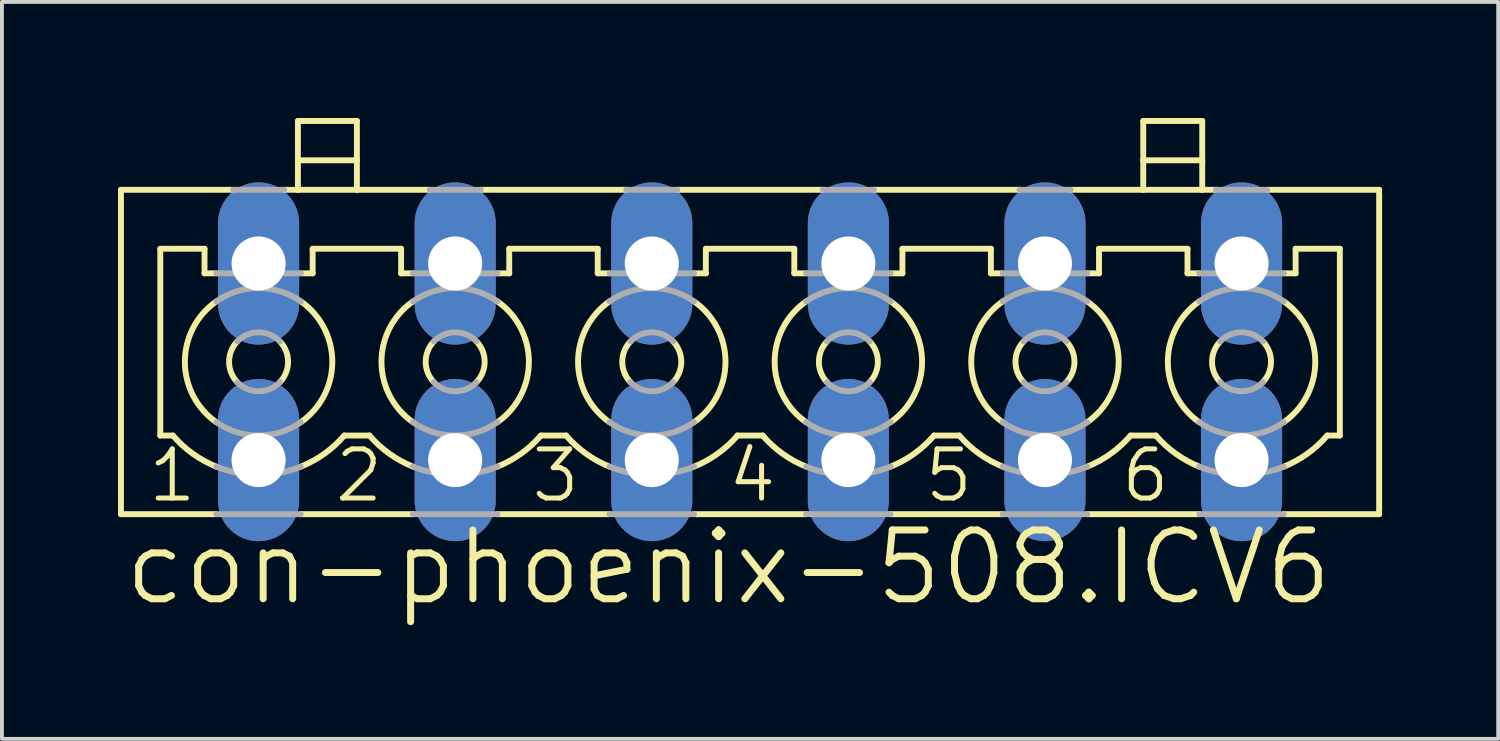
<source format=kicad_pcb>
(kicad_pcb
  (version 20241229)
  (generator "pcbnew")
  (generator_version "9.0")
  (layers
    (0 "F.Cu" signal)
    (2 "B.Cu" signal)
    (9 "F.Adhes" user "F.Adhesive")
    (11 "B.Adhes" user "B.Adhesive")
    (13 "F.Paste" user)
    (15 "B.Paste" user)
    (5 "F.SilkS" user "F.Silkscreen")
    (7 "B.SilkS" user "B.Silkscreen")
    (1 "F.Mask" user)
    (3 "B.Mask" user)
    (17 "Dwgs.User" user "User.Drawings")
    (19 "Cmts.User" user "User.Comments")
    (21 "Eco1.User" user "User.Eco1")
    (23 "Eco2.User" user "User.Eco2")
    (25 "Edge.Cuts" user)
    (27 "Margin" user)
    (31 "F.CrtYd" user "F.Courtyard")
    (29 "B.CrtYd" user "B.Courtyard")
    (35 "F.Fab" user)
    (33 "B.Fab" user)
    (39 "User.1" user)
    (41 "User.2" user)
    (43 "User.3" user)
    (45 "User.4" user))
  (footprint "con-phoenix-508.ICV6"
    (layer "F.Cu")
    (at 16.332 6.299)
    (property "Reference" "con-phoenix-508.ICV6" (at -16.256 6.35 0) (layer "F.SilkS") (effects (font (size 1.778 1.778) (thickness 0.18)) (justify left bottom)))
    (attr through_hole)
    (fp_line (start -16.256 -4.445) (end -16.256 3.937) (stroke (width 0.152) (type default)) (layer "F.SilkS"))
    (fp_line (start -16.256 -4.445) (end -13.36 -4.445) (stroke (width 0.152) (type default)) (layer "F.SilkS"))
    (fp_line (start -16.256 3.937) (end -13.792 3.937) (stroke (width 0.152) (type default)) (layer "F.SilkS"))
    (fp_line (start -15.24 -2.921) (end -15.24 1.905) (stroke (width 0.152) (type default)) (layer "F.SilkS"))
    (fp_line (start -15.24 -2.921) (end -14.097 -2.921) (stroke (width 0.152) (type default)) (layer "F.SilkS"))
    (fp_line (start -15.24 1.905) (end -14.914 1.905) (stroke (width 0.152) (type default)) (layer "F.SilkS"))
    (fp_line (start -14.097 -2.286) (end -14.097 -2.921) (stroke (width 0.152) (type default)) (layer "F.SilkS"))
    (fp_line (start -14.097 -2.286) (end -13.792 -2.286) (stroke (width 0.152) (type default)) (layer "F.SilkS"))
    (fp_line (start -12.04 -4.445) (end -11.684 -4.445) (stroke (width 0.152) (type default)) (layer "F.SilkS"))
    (fp_line (start -11.684 -5.207) (end -11.684 -6.223) (stroke (width 0.152) (type default)) (layer "F.SilkS"))
    (fp_line (start -11.684 -5.207) (end -10.16 -5.207) (stroke (width 0.152) (type default)) (layer "F.SilkS"))
    (fp_line (start -11.684 -4.445) (end -11.684 -5.207) (stroke (width 0.152) (type default)) (layer "F.SilkS"))
    (fp_line (start -11.684 -4.445) (end -10.16 -4.445) (stroke (width 0.152) (type default)) (layer "F.SilkS"))
    (fp_line (start -11.608 -2.286) (end -11.303 -2.286) (stroke (width 0.152) (type default)) (layer "F.SilkS"))
    (fp_line (start -11.608 3.937) (end -8.712 3.937) (stroke (width 0.152) (type default)) (layer "F.SilkS"))
    (fp_line (start -11.303 -2.921) (end -9.017 -2.921) (stroke (width 0.152) (type default)) (layer "F.SilkS"))
    (fp_line (start -11.303 -2.286) (end -11.303 -2.921) (stroke (width 0.152) (type default)) (layer "F.SilkS"))
    (fp_line (start -10.486 1.905) (end -9.834 1.905) (stroke (width 0.152) (type default)) (layer "F.SilkS"))
    (fp_line (start -10.16 -6.223) (end -11.684 -6.223) (stroke (width 0.152) (type default)) (layer "F.SilkS"))
    (fp_line (start -10.16 -5.207) (end -10.16 -6.223) (stroke (width 0.152) (type default)) (layer "F.SilkS"))
    (fp_line (start -10.16 -4.445) (end -10.16 -5.207) (stroke (width 0.152) (type default)) (layer "F.SilkS"))
    (fp_line (start -10.16 -4.445) (end -8.28 -4.445) (stroke (width 0.152) (type default)) (layer "F.SilkS"))
    (fp_line (start -9.017 -2.286) (end -9.017 -2.921) (stroke (width 0.152) (type default)) (layer "F.SilkS"))
    (fp_line (start -9.017 -2.286) (end -8.712 -2.286) (stroke (width 0.152) (type default)) (layer "F.SilkS"))
    (fp_line (start -6.96 -4.445) (end -3.175 -4.445) (stroke (width 0.152) (type default)) (layer "F.SilkS"))
    (fp_line (start -6.528 -2.286) (end -6.223 -2.286) (stroke (width 0.152) (type default)) (layer "F.SilkS"))
    (fp_line (start -6.528 3.937) (end -3.632 3.937) (stroke (width 0.152) (type default)) (layer "F.SilkS"))
    (fp_line (start -6.223 -2.921) (end -3.937 -2.921) (stroke (width 0.152) (type default)) (layer "F.SilkS"))
    (fp_line (start -6.223 -2.286) (end -6.223 -2.921) (stroke (width 0.152) (type default)) (layer "F.SilkS"))
    (fp_line (start -5.406 1.905) (end -4.754 1.905) (stroke (width 0.152) (type default)) (layer "F.SilkS"))
    (fp_line (start -3.937 -2.286) (end -3.937 -2.921) (stroke (width 0.152) (type default)) (layer "F.SilkS"))
    (fp_line (start -3.937 -2.286) (end -3.632 -2.286) (stroke (width 0.152) (type default)) (layer "F.SilkS"))
    (fp_line (start -1.88 -4.445) (end 1.905 -4.445) (stroke (width 0.152) (type default)) (layer "F.SilkS"))
    (fp_line (start -1.448 -2.286) (end -1.143 -2.286) (stroke (width 0.152) (type default)) (layer "F.SilkS"))
    (fp_line (start -1.448 3.937) (end 1.448 3.937) (stroke (width 0.152) (type default)) (layer "F.SilkS"))
    (fp_line (start -1.143 -2.921) (end 1.143 -2.921) (stroke (width 0.152) (type default)) (layer "F.SilkS"))
    (fp_line (start -1.143 -2.286) (end -1.143 -2.921) (stroke (width 0.152) (type default)) (layer "F.SilkS"))
    (fp_line (start -0.326 1.905) (end 0.326 1.905) (stroke (width 0.152) (type default)) (layer "F.SilkS"))
    (fp_line (start 1.143 -2.286) (end 1.143 -2.921) (stroke (width 0.152) (type default)) (layer "F.SilkS"))
    (fp_line (start 1.143 -2.286) (end 1.448 -2.286) (stroke (width 0.152) (type default)) (layer "F.SilkS"))
    (fp_line (start 3.2 -4.445) (end 6.985 -4.445) (stroke (width 0.152) (type default)) (layer "F.SilkS"))
    (fp_line (start 3.632 -2.286) (end 3.937 -2.286) (stroke (width 0.152) (type default)) (layer "F.SilkS"))
    (fp_line (start 3.632 3.937) (end 6.528 3.937) (stroke (width 0.152) (type default)) (layer "F.SilkS"))
    (fp_line (start 3.937 -2.921) (end 6.223 -2.921) (stroke (width 0.152) (type default)) (layer "F.SilkS"))
    (fp_line (start 3.937 -2.286) (end 3.937 -2.921) (stroke (width 0.152) (type default)) (layer "F.SilkS"))
    (fp_line (start 4.754 1.905) (end 5.406 1.905) (stroke (width 0.152) (type default)) (layer "F.SilkS"))
    (fp_line (start 6.223 -2.286) (end 6.223 -2.921) (stroke (width 0.152) (type default)) (layer "F.SilkS"))
    (fp_line (start 6.223 -2.286) (end 6.528 -2.286) (stroke (width 0.152) (type default)) (layer "F.SilkS"))
    (fp_line (start 8.28 -4.445) (end 10.16 -4.445) (stroke (width 0.152) (type default)) (layer "F.SilkS"))
    (fp_line (start 8.712 -2.286) (end 9.017 -2.286) (stroke (width 0.152) (type default)) (layer "F.SilkS"))
    (fp_line (start 8.712 3.937) (end 11.608 3.937) (stroke (width 0.152) (type default)) (layer "F.SilkS"))
    (fp_line (start 9.017 -2.921) (end 11.303 -2.921) (stroke (width 0.152) (type default)) (layer "F.SilkS"))
    (fp_line (start 9.017 -2.286) (end 9.017 -2.921) (stroke (width 0.152) (type default)) (layer "F.SilkS"))
    (fp_line (start 9.834 1.905) (end 10.486 1.905) (stroke (width 0.152) (type default)) (layer "F.SilkS"))
    (fp_line (start 10.16 -5.207) (end 10.16 -6.223) (stroke (width 0.152) (type default)) (layer "F.SilkS"))
    (fp_line (start 10.16 -5.207) (end 11.684 -5.207) (stroke (width 0.152) (type default)) (layer "F.SilkS"))
    (fp_line (start 10.16 -4.445) (end 10.16 -5.207) (stroke (width 0.152) (type default)) (layer "F.SilkS"))
    (fp_line (start 10.16 -4.445) (end 11.684 -4.445) (stroke (width 0.152) (type default)) (layer "F.SilkS"))
    (fp_line (start 11.303 -2.286) (end 11.303 -2.921) (stroke (width 0.152) (type default)) (layer "F.SilkS"))
    (fp_line (start 11.303 -2.286) (end 11.608 -2.286) (stroke (width 0.152) (type default)) (layer "F.SilkS"))
    (fp_line (start 11.684 -6.223) (end 10.16 -6.223) (stroke (width 0.152) (type default)) (layer "F.SilkS"))
    (fp_line (start 11.684 -5.207) (end 11.684 -6.223) (stroke (width 0.152) (type default)) (layer "F.SilkS"))
    (fp_line (start 11.684 -4.445) (end 11.684 -5.207) (stroke (width 0.152) (type default)) (layer "F.SilkS"))
    (fp_line (start 11.684 -4.445) (end 12.04 -4.445) (stroke (width 0.152) (type default)) (layer "F.SilkS"))
    (fp_line (start 13.36 -4.445) (end 16.256 -4.445) (stroke (width 0.152) (type default)) (layer "F.SilkS"))
    (fp_line (start 13.792 -2.286) (end 14.097 -2.286) (stroke (width 0.152) (type default)) (layer "F.SilkS"))
    (fp_line (start 13.792 3.937) (end 16.256 3.937) (stroke (width 0.152) (type default)) (layer "F.SilkS"))
    (fp_line (start 14.097 -2.921) (end 15.24 -2.921) (stroke (width 0.152) (type default)) (layer "F.SilkS"))
    (fp_line (start 14.097 -2.286) (end 14.097 -2.921) (stroke (width 0.152) (type default)) (layer "F.SilkS"))
    (fp_line (start 14.914 1.905) (end 15.24 1.905) (stroke (width 0.152) (type default)) (layer "F.SilkS"))
    (fp_line (start 15.24 1.905) (end 15.24 -2.921) (stroke (width 0.152) (type default)) (layer "F.SilkS"))
    (fp_line (start 16.256 -4.445) (end 16.256 3.937) (stroke (width 0.152) (type default)) (layer "F.SilkS"))
    (fp_arc (start -13.7922 1.5608) (mid -14.604993 0) (end -13.7922 -1.5608) (stroke (width 0.1524) (type default)) (layer "F.SilkS"))
    (fp_arc (start -13.7918 2.7092) (mid -14.401094 2.374351) (end -14.914 1.905) (stroke (width 0.1524) (type default)) (layer "F.SilkS"))
    (fp_arc (start -13.2514 0.526) (mid -13.462049 0) (end -13.2514 -0.526) (stroke (width 0.1524) (type default)) (layer "F.SilkS"))
    (fp_arc (start -12.1486 -0.526) (mid -11.937951 0) (end -12.1486 0.526) (stroke (width 0.1524) (type default)) (layer "F.SilkS"))
    (fp_arc (start -11.6078 -1.5608) (mid -10.795007 0) (end -11.6078 1.5608) (stroke (width 0.1524) (type default)) (layer "F.SilkS"))
    (fp_arc (start -10.4855 1.9051) (mid -10.998459 2.374412) (end -11.6078 2.7092) (stroke (width 0.1524) (type default)) (layer "F.SilkS"))
    (fp_arc (start -8.7122 1.5608) (mid -9.524993 0) (end -8.7122 -1.5608) (stroke (width 0.1524) (type default)) (layer "F.SilkS"))
    (fp_arc (start -8.7118 2.7092) (mid -9.321094 2.374351) (end -9.834 1.905) (stroke (width 0.1524) (type default)) (layer "F.SilkS"))
    (fp_arc (start -8.1714 0.526) (mid -8.382049 0) (end -8.1714 -0.526) (stroke (width 0.1524) (type default)) (layer "F.SilkS"))
    (fp_arc (start -7.0686 -0.526) (mid -6.857951 0) (end -7.0686 0.526) (stroke (width 0.1524) (type default)) (layer "F.SilkS"))
    (fp_arc (start -6.5278 -1.5608) (mid -5.715007 0) (end -6.5278 1.5608) (stroke (width 0.1524) (type default)) (layer "F.SilkS"))
    (fp_arc (start -5.4055 1.9051) (mid -5.918459 2.374412) (end -6.5278 2.7092) (stroke (width 0.1524) (type default)) (layer "F.SilkS"))
    (fp_arc (start -3.6322 1.5608) (mid -4.444993 0) (end -3.6322 -1.5608) (stroke (width 0.1524) (type default)) (layer "F.SilkS"))
    (fp_arc (start -3.6318 2.7092) (mid -4.241094 2.374351) (end -4.754 1.905) (stroke (width 0.1524) (type default)) (layer "F.SilkS"))
    (fp_arc (start -3.0914 0.526) (mid -3.302049 0) (end -3.0914 -0.526) (stroke (width 0.1524) (type default)) (layer "F.SilkS"))
    (fp_arc (start -1.9886 -0.526) (mid -1.777951 0) (end -1.9886 0.526) (stroke (width 0.1524) (type default)) (layer "F.SilkS"))
    (fp_arc (start -1.4478 -1.5608) (mid -0.635007 0) (end -1.4478 1.5608) (stroke (width 0.1524) (type default)) (layer "F.SilkS"))
    (fp_arc (start -0.3255 1.9051) (mid -0.838459 2.374412) (end -1.4478 2.7092) (stroke (width 0.1524) (type default)) (layer "F.SilkS"))
    (fp_arc (start 1.4478 1.5608) (mid 0.635007 0) (end 1.4478 -1.5608) (stroke (width 0.1524) (type default)) (layer "F.SilkS"))
    (fp_arc (start 1.4482 2.709) (mid 0.838916 2.374254) (end 0.326 1.905) (stroke (width 0.1524) (type default)) (layer "F.SilkS"))
    (fp_arc (start 1.9886 0.526) (mid 1.777951 0) (end 1.9886 -0.526) (stroke (width 0.1524) (type default)) (layer "F.SilkS"))
    (fp_arc (start 3.0914 -0.526) (mid 3.302049 0) (end 3.0914 0.526) (stroke (width 0.1524) (type default)) (layer "F.SilkS"))
    (fp_arc (start 3.6322 -1.5608) (mid 4.444993 0) (end 3.6322 1.5608) (stroke (width 0.1524) (type default)) (layer "F.SilkS"))
    (fp_arc (start 4.754 1.905) (mid 4.241094 2.374351) (end 3.6318 2.7092) (stroke (width 0.1524) (type default)) (layer "F.SilkS"))
    (fp_arc (start 6.5278 1.5608) (mid 5.715007 0) (end 6.5278 -1.5608) (stroke (width 0.1524) (type default)) (layer "F.SilkS"))
    (fp_arc (start 6.5282 2.709) (mid 5.918916 2.374254) (end 5.406 1.905) (stroke (width 0.1524) (type default)) (layer "F.SilkS"))
    (fp_arc (start 7.0686 0.526) (mid 6.857951 0) (end 7.0686 -0.526) (stroke (width 0.1524) (type default)) (layer "F.SilkS"))
    (fp_arc (start 8.1714 -0.526) (mid 8.382049 0) (end 8.1714 0.526) (stroke (width 0.1524) (type default)) (layer "F.SilkS"))
    (fp_arc (start 8.7122 -1.5608) (mid 9.524993 0) (end 8.7122 1.5608) (stroke (width 0.1524) (type default)) (layer "F.SilkS"))
    (fp_arc (start 9.834 1.905) (mid 9.321094 2.374351) (end 8.7118 2.7092) (stroke (width 0.1524) (type default)) (layer "F.SilkS"))
    (fp_arc (start 11.6078 1.5608) (mid 10.795007 0) (end 11.6078 -1.5608) (stroke (width 0.1524) (type default)) (layer "F.SilkS"))
    (fp_arc (start 11.6082 2.709) (mid 10.998916 2.374254) (end 10.486 1.905) (stroke (width 0.1524) (type default)) (layer "F.SilkS"))
    (fp_arc (start 12.1486 0.526) (mid 11.937951 0) (end 12.1486 -0.526) (stroke (width 0.1524) (type default)) (layer "F.SilkS"))
    (fp_arc (start 13.2514 -0.526) (mid 13.462049 0) (end 13.2514 0.526) (stroke (width 0.1524) (type default)) (layer "F.SilkS"))
    (fp_arc (start 13.7922 -1.5608) (mid 14.604993 0) (end 13.7922 1.5608) (stroke (width 0.1524) (type default)) (layer "F.SilkS"))
    (fp_arc (start 14.914 1.905) (mid 14.401094 2.374351) (end 13.7918 2.7092) (stroke (width 0.1524) (type default)) (layer "F.SilkS"))
    (fp_line (start -13.792 -2.286) (end -11.608 -2.286) (stroke (width 0.152) (type default)) (layer "F.Fab"))
    (fp_line (start -13.792 3.937) (end -11.608 3.937) (stroke (width 0.152) (type default)) (layer "F.Fab"))
    (fp_line (start -13.36 -4.445) (end -12.04 -4.445) (stroke (width 0.152) (type default)) (layer "F.Fab"))
    (fp_line (start -8.712 -2.286) (end -6.528 -2.286) (stroke (width 0.152) (type default)) (layer "F.Fab"))
    (fp_line (start -8.712 3.937) (end -6.528 3.937) (stroke (width 0.152) (type default)) (layer "F.Fab"))
    (fp_line (start -8.28 -4.445) (end -6.96 -4.445) (stroke (width 0.152) (type default)) (layer "F.Fab"))
    (fp_line (start -3.632 -2.286) (end -1.448 -2.286) (stroke (width 0.152) (type default)) (layer "F.Fab"))
    (fp_line (start -3.632 3.937) (end -1.448 3.937) (stroke (width 0.152) (type default)) (layer "F.Fab"))
    (fp_line (start -3.2 -4.445) (end -1.88 -4.445) (stroke (width 0.152) (type default)) (layer "F.Fab"))
    (fp_line (start 1.448 -2.286) (end 3.632 -2.286) (stroke (width 0.152) (type default)) (layer "F.Fab"))
    (fp_line (start 1.448 3.937) (end 3.632 3.937) (stroke (width 0.152) (type default)) (layer "F.Fab"))
    (fp_line (start 1.88 -4.445) (end 3.2 -4.445) (stroke (width 0.152) (type default)) (layer "F.Fab"))
    (fp_line (start 6.528 -2.286) (end 8.712 -2.286) (stroke (width 0.152) (type default)) (layer "F.Fab"))
    (fp_line (start 6.528 3.937) (end 8.712 3.937) (stroke (width 0.152) (type default)) (layer "F.Fab"))
    (fp_line (start 6.96 -4.445) (end 8.28 -4.445) (stroke (width 0.152) (type default)) (layer "F.Fab"))
    (fp_line (start 11.608 -2.286) (end 13.792 -2.286) (stroke (width 0.152) (type default)) (layer "F.Fab"))
    (fp_line (start 11.608 3.937) (end 13.792 3.937) (stroke (width 0.152) (type default)) (layer "F.Fab"))
    (fp_line (start 12.04 -4.445) (end 13.36 -4.445) (stroke (width 0.152) (type default)) (layer "F.Fab"))
    (fp_arc (start -13.7922 -1.5608) (mid -12.7 -1.904993) (end -11.6078 -1.5608) (stroke (width 0.1524) (type default)) (layer "F.Fab"))
    (fp_arc (start -13.2514 -0.526) (mid -12.7 -0.762049) (end -12.1486 -0.526) (stroke (width 0.1524) (type default)) (layer "F.Fab"))
    (fp_arc (start -12.1486 0.526) (mid -12.7 0.762049) (end -13.2514 0.526) (stroke (width 0.1524) (type default)) (layer "F.Fab"))
    (fp_arc (start -11.6078 1.5608) (mid -12.7 1.904993) (end -13.7922 1.5608) (stroke (width 0.1524) (type default)) (layer "F.Fab"))
    (fp_arc (start -11.6078 2.7092) (mid -12.7 2.921073) (end -13.7922 2.7092) (stroke (width 0.1524) (type default)) (layer "F.Fab"))
    (fp_arc (start -8.7122 -1.5608) (mid -7.62 -1.904993) (end -6.5278 -1.5608) (stroke (width 0.1524) (type default)) (layer "F.Fab"))
    (fp_arc (start -8.1714 -0.526) (mid -7.62 -0.762049) (end -7.0686 -0.526) (stroke (width 0.1524) (type default)) (layer "F.Fab"))
    (fp_arc (start -7.0686 0.526) (mid -7.62 0.762049) (end -8.1714 0.526) (stroke (width 0.1524) (type default)) (layer "F.Fab"))
    (fp_arc (start -6.5278 1.5608) (mid -7.62 1.904993) (end -8.7122 1.5608) (stroke (width 0.1524) (type default)) (layer "F.Fab"))
    (fp_arc (start -6.5278 2.7092) (mid -7.62 2.921073) (end -8.7122 2.7092) (stroke (width 0.1524) (type default)) (layer "F.Fab"))
    (fp_arc (start -3.6322 -1.5608) (mid -2.54 -1.904993) (end -1.4478 -1.5608) (stroke (width 0.1524) (type default)) (layer "F.Fab"))
    (fp_arc (start -3.0914 -0.526) (mid -2.54 -0.762049) (end -1.9886 -0.526) (stroke (width 0.1524) (type default)) (layer "F.Fab"))
    (fp_arc (start -1.9886 0.526) (mid -2.54 0.762049) (end -3.0914 0.526) (stroke (width 0.1524) (type default)) (layer "F.Fab"))
    (fp_arc (start -1.4478 1.5608) (mid -2.54 1.904993) (end -3.6322 1.5608) (stroke (width 0.1524) (type default)) (layer "F.Fab"))
    (fp_arc (start -1.4478 2.7092) (mid -2.54 2.921073) (end -3.6322 2.7092) (stroke (width 0.1524) (type default)) (layer "F.Fab"))
    (fp_arc (start 1.4478 -1.5608) (mid 2.54 -1.904993) (end 3.6322 -1.5608) (stroke (width 0.1524) (type default)) (layer "F.Fab"))
    (fp_arc (start 1.9886 -0.526) (mid 2.54 -0.762049) (end 3.0914 -0.526) (stroke (width 0.1524) (type default)) (layer "F.Fab"))
    (fp_arc (start 3.0914 0.526) (mid 2.54 0.762049) (end 1.9886 0.526) (stroke (width 0.1524) (type default)) (layer "F.Fab"))
    (fp_arc (start 3.6322 1.5608) (mid 2.54 1.904993) (end 1.4478 1.5608) (stroke (width 0.1524) (type default)) (layer "F.Fab"))
    (fp_arc (start 3.6322 2.7092) (mid 2.54 2.921073) (end 1.4478 2.7092) (stroke (width 0.1524) (type default)) (layer "F.Fab"))
    (fp_arc (start 6.5278 -1.5608) (mid 7.62 -1.904993) (end 8.7122 -1.5608) (stroke (width 0.1524) (type default)) (layer "F.Fab"))
    (fp_arc (start 7.0686 -0.526) (mid 7.62 -0.762049) (end 8.1714 -0.526) (stroke (width 0.1524) (type default)) (layer "F.Fab"))
    (fp_arc (start 8.1714 0.526) (mid 7.62 0.762049) (end 7.0686 0.526) (stroke (width 0.1524) (type default)) (layer "F.Fab"))
    (fp_arc (start 8.7122 1.5608) (mid 7.62 1.904993) (end 6.5278 1.5608) (stroke (width 0.1524) (type default)) (layer "F.Fab"))
    (fp_arc (start 8.7122 2.7092) (mid 7.62 2.921073) (end 6.5278 2.7092) (stroke (width 0.1524) (type default)) (layer "F.Fab"))
    (fp_arc (start 11.6078 -1.5608) (mid 12.7 -1.904993) (end 13.7922 -1.5608) (stroke (width 0.1524) (type default)) (layer "F.Fab"))
    (fp_arc (start 12.1486 -0.526) (mid 12.7 -0.762049) (end 13.2514 -0.526) (stroke (width 0.1524) (type default)) (layer "F.Fab"))
    (fp_arc (start 13.2514 0.526) (mid 12.7 0.762049) (end 12.1486 0.526) (stroke (width 0.1524) (type default)) (layer "F.Fab"))
    (fp_arc (start 13.7922 1.5608) (mid 12.7 1.904993) (end 11.6078 1.5608) (stroke (width 0.1524) (type default)) (layer "F.Fab"))
    (fp_arc (start 13.7922 2.7092) (mid 12.7 2.921073) (end 11.6078 2.7092) (stroke (width 0.1524) (type default)) (layer "F.Fab"))
    (fp_text user "6" (at 9.525 3.683 0) (layer "F.SilkS") (effects (font (size 1.27 1.27) (thickness 0.13)) (justify left bottom)))
    (fp_text user "3" (at -5.715 3.683 0) (layer "F.SilkS") (effects (font (size 1.27 1.27) (thickness 0.13)) (justify left bottom)))
    (fp_text user "5" (at 4.445 3.683 0) (layer "F.SilkS") (effects (font (size 1.27 1.27) (thickness 0.13)) (justify left bottom)))
    (fp_text user "1" (at -15.621 3.683 0) (layer "F.SilkS") (effects (font (size 1.27 1.27) (thickness 0.13)) (justify left bottom)))
    (fp_text user "2" (at -10.795 3.683 0) (layer "F.SilkS") (effects (font (size 1.27 1.27) (thickness 0.13)) (justify left bottom)))
    (fp_text user "4" (at -0.635 3.683 0) (layer "F.SilkS") (effects (font (size 1.27 1.27) (thickness 0.13)) (justify left bottom)))
    (pad "1" thru_hole oval (at -12.7 -2.54 90) (size 4.191 2.095) (drill 1.397) (layers "*.Cu" "*.Mask"))
    (pad "1A" thru_hole oval (at -12.7 2.54 90) (size 4.191 2.095) (drill 1.397) (layers "*.Cu" "*.Mask"))
    (pad "2" thru_hole oval (at -7.62 -2.54 90) (size 4.191 2.095) (drill 1.397) (layers "*.Cu" "*.Mask"))
    (pad "2A" thru_hole oval (at -7.62 2.54 90) (size 4.191 2.095) (drill 1.397) (layers "*.Cu" "*.Mask"))
    (pad "3" thru_hole oval (at -2.54 -2.54 90) (size 4.191 2.095) (drill 1.397) (layers "*.Cu" "*.Mask"))
    (pad "3A" thru_hole oval (at -2.54 2.54 90) (size 4.191 2.095) (drill 1.397) (layers "*.Cu" "*.Mask"))
    (pad "4" thru_hole oval (at 2.54 -2.54 90) (size 4.191 2.095) (drill 1.397) (layers "*.Cu" "*.Mask"))
    (pad "4A" thru_hole oval (at 2.54 2.54 90) (size 4.191 2.095) (drill 1.397) (layers "*.Cu" "*.Mask"))
    (pad "5" thru_hole oval (at 7.62 -2.54 90) (size 4.191 2.095) (drill 1.397) (layers "*.Cu" "*.Mask"))
    (pad "5A" thru_hole oval (at 7.62 2.54 90) (size 4.191 2.095) (drill 1.397) (layers "*.Cu" "*.Mask"))
    (pad "6" thru_hole oval (at 12.7 -2.54 90) (size 4.191 2.095) (drill 1.397) (layers "*.Cu" "*.Mask"))
    (pad "6A" thru_hole oval (at 12.7 2.54 90) (size 4.191 2.095) (drill 1.397) (layers "*.Cu" "*.Mask")))
  (gr_rect
    (start -3 -3)
    (end 35.664 16.043)
    (stroke (width 0.1) (type default))
    (fill no)
    (layer "Edge.Cuts")))
</source>
